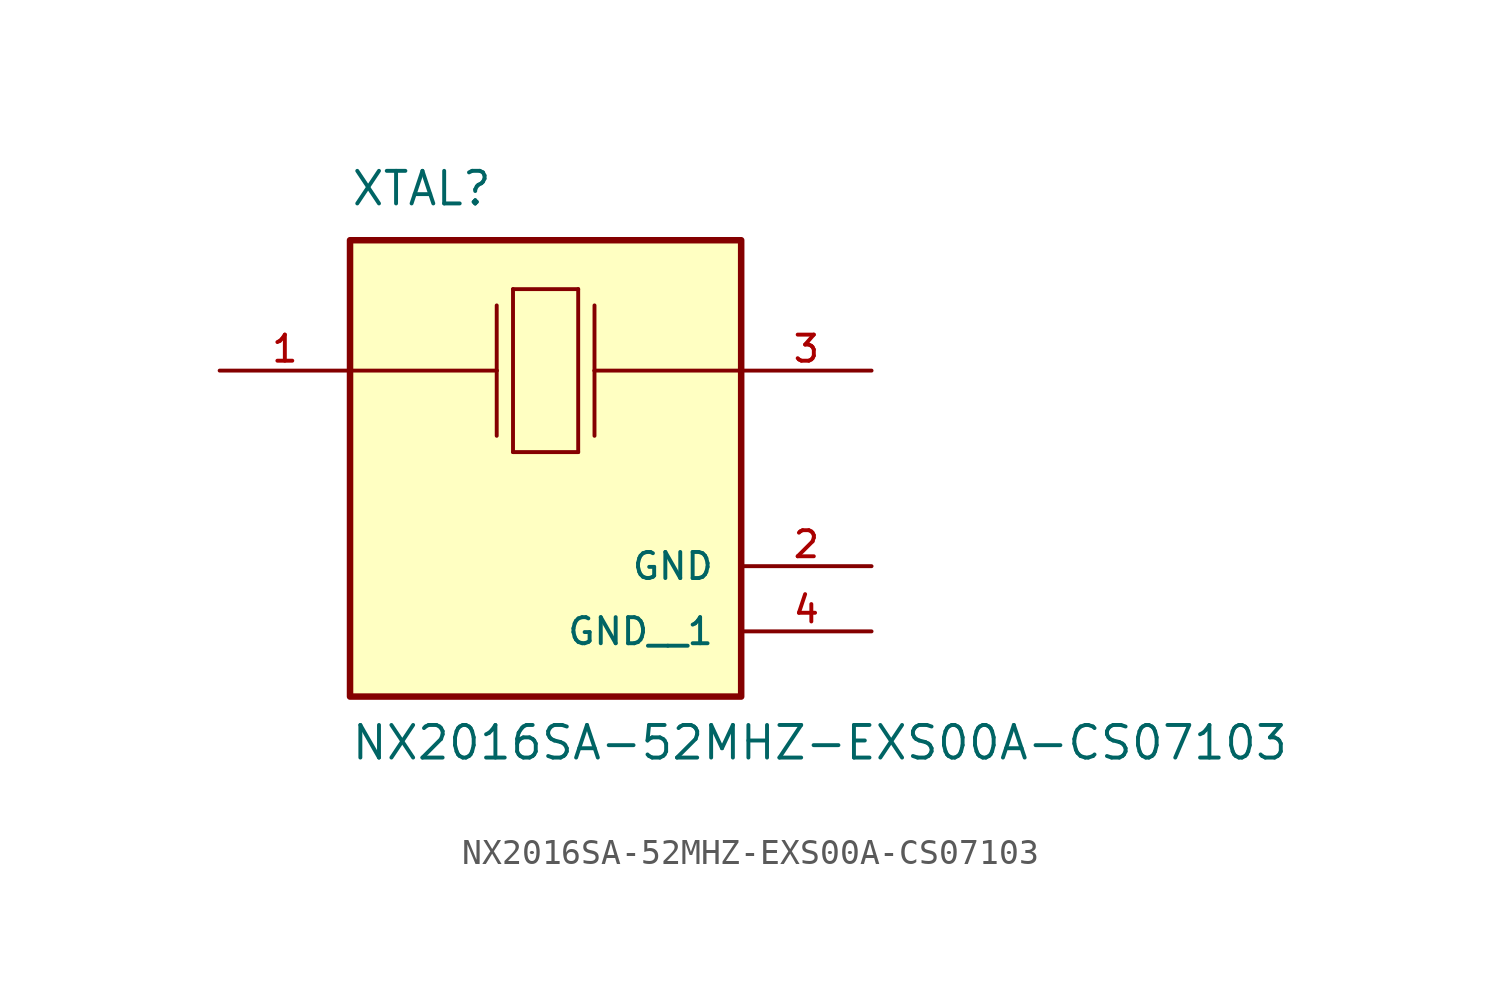
<source format=kicad_sym>
(kicad_symbol_lib
  (version 20211014)
  (generator kicad_symbol_editor)
  (symbol "NX2016SA-52MHZ-EXS00A-CS07103"
    (pin_names
      (offset 1.016))
    (property "Reference" "XTAL"
      (at -7.62 8.89 0)
      (effects (font (size 1.27 1.27)) (justify bottom left)))
    (property "Value" "NX2016SA-52MHZ-EXS00A-CS07103"
      (at -7.62 -12.7 0)
      (effects (font (size 1.27 1.27)) (justify bottom left)))
    (symbol "NX2016SA-52MHZ-EXS00A-CS07103_0_0"
      (polyline (pts (xy -7.62 2.54) (xy -1.905 2.54)) (stroke (width 0.152)))
      (polyline (pts (xy 7.62 2.54) (xy 1.905 2.54)) (stroke (width 0.152)))
      (polyline (pts (xy -1.905 5.08) (xy -1.905 2.54)) (stroke (width 0.152)))
      (polyline (pts (xy -1.905 2.54) (xy -1.905 0.0)) (stroke (width 0.152)))
      (polyline (pts (xy 1.905 0.0) (xy 1.905 2.54)) (stroke (width 0.152)))
      (polyline (pts (xy 1.905 2.54) (xy 1.905 5.08)) (stroke (width 0.152)))
      (polyline (pts (xy -1.27 5.715) (xy -1.27 -0.635)) (stroke (width 0.152)))
      (polyline (pts (xy -1.27 -0.635) (xy 1.27 -0.635)) (stroke (width 0.152)))
      (polyline (pts (xy 1.27 -0.635) (xy 1.27 5.715)) (stroke (width 0.152)))
      (polyline (pts (xy 1.27 5.715) (xy -1.27 5.715)) (stroke (width 0.152)))
      (rectangle (start -7.62 -10.16) (end 7.62 7.62) (stroke (width 0.254)) (fill (type background)))
      (pin passive line (at -12.7 2.54 0) (length 5.08) (name "~" (effects (font (size 1.016 1.016)))) (number "1" (effects (font (size 1.016 1.016)))))
      (pin passive line (at 12.7 2.54 180.0) (length 5.08) (name "~" (effects (font (size 1.016 1.016)))) (number "3" (effects (font (size 1.016 1.016)))))
      (pin passive line (at 12.7 -5.08 180.0) (length 5.08) (name "GND" (effects (font (size 1.016 1.016)))) (number "2" (effects (font (size 1.016 1.016)))))
      (pin passive line (at 12.7 -7.62 180.0) (length 5.08) (name "GND__1" (effects (font (size 1.016 1.016)))) (number "4" (effects (font (size 1.016 1.016))))))))
</source>
